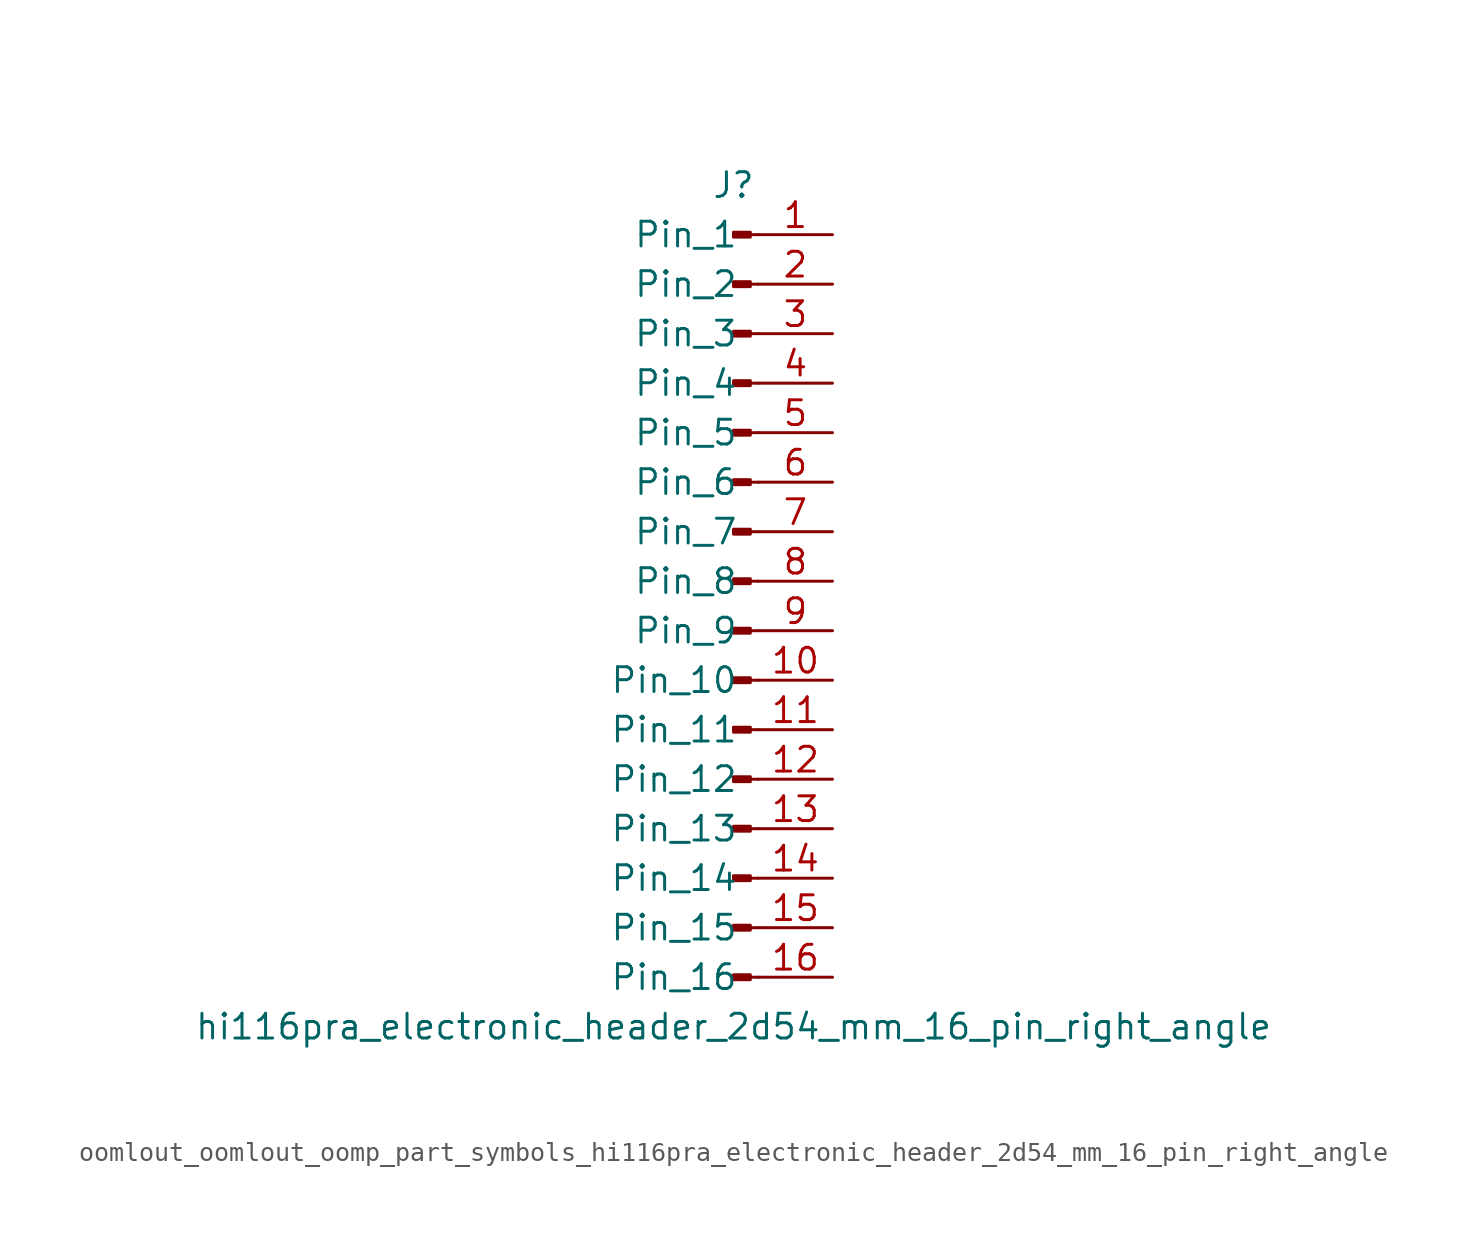
<source format=kicad_sym>
(kicad_symbol_lib
  (version 20220914)
  (generator kicad_symbol_editor)
  (symbol "oomlout_oomlout_oomp_part_symbols_hi116pra_electronic_header_2d54_mm_16_pin_right_angle"
    (pin_names
      (offset 1.016))
    (property "Reference" "J"
      (at 0 20.32 0)
      (effects (font (size 1.27 1.27))))
    (property "Value" "hi116pra_electronic_header_2d54_mm_16_pin_right_angle"
      (at 0 -22.86 0)
      (effects (font (size 1.27 1.27))))
    (property "ki_locked" ""
      (at 0 0 0)
      (effects (font (size 1.27 1.27))))
    (symbol "oomlout_oomlout_oomp_part_symbols_hi116pra_electronic_header_2d54_mm_16_pin_right_angle_1_1"
      (polyline (pts (xy 1.27 -20.32) (xy 0.864 -20.32)) (stroke (width 0.152) (type default)) (fill (type none)))
      (polyline (pts (xy 1.27 -17.78) (xy 0.864 -17.78)) (stroke (width 0.152) (type default)) (fill (type none)))
      (polyline (pts (xy 1.27 -15.24) (xy 0.864 -15.24)) (stroke (width 0.152) (type default)) (fill (type none)))
      (polyline (pts (xy 1.27 -12.7) (xy 0.864 -12.7)) (stroke (width 0.152) (type default)) (fill (type none)))
      (polyline (pts (xy 1.27 -10.16) (xy 0.864 -10.16)) (stroke (width 0.152) (type default)) (fill (type none)))
      (polyline (pts (xy 1.27 -7.62) (xy 0.864 -7.62)) (stroke (width 0.152) (type default)) (fill (type none)))
      (polyline (pts (xy 1.27 -5.08) (xy 0.864 -5.08)) (stroke (width 0.152) (type default)) (fill (type none)))
      (polyline (pts (xy 1.27 -2.54) (xy 0.864 -2.54)) (stroke (width 0.152) (type default)) (fill (type none)))
      (polyline (pts (xy 1.27 0) (xy 0.864 0)) (stroke (width 0.152) (type default)) (fill (type none)))
      (polyline (pts (xy 1.27 2.54) (xy 0.864 2.54)) (stroke (width 0.152) (type default)) (fill (type none)))
      (polyline (pts (xy 1.27 5.08) (xy 0.864 5.08)) (stroke (width 0.152) (type default)) (fill (type none)))
      (polyline (pts (xy 1.27 7.62) (xy 0.864 7.62)) (stroke (width 0.152) (type default)) (fill (type none)))
      (polyline (pts (xy 1.27 10.16) (xy 0.864 10.16)) (stroke (width 0.152) (type default)) (fill (type none)))
      (polyline (pts (xy 1.27 12.7) (xy 0.864 12.7)) (stroke (width 0.152) (type default)) (fill (type none)))
      (polyline (pts (xy 1.27 15.24) (xy 0.864 15.24)) (stroke (width 0.152) (type default)) (fill (type none)))
      (polyline (pts (xy 1.27 17.78) (xy 0.864 17.78)) (stroke (width 0.152) (type default)) (fill (type none)))
      (rectangle (start 0.864 -20.193) (end 0 -20.447) (stroke (width 0.152) (type default)) (fill (type outline)))
      (rectangle (start 0.864 -17.653) (end 0 -17.907) (stroke (width 0.152) (type default)) (fill (type outline)))
      (rectangle (start 0.864 -15.113) (end 0 -15.367) (stroke (width 0.152) (type default)) (fill (type outline)))
      (rectangle (start 0.864 -12.573) (end 0 -12.827) (stroke (width 0.152) (type default)) (fill (type outline)))
      (rectangle (start 0.864 -10.033) (end 0 -10.287) (stroke (width 0.152) (type default)) (fill (type outline)))
      (rectangle (start 0.864 -7.493) (end 0 -7.747) (stroke (width 0.152) (type default)) (fill (type outline)))
      (rectangle (start 0.864 -4.953) (end 0 -5.207) (stroke (width 0.152) (type default)) (fill (type outline)))
      (rectangle (start 0.864 -2.413) (end 0 -2.667) (stroke (width 0.152) (type default)) (fill (type outline)))
      (rectangle (start 0.864 0.127) (end 0 -0.127) (stroke (width 0.152) (type default)) (fill (type outline)))
      (rectangle (start 0.864 2.667) (end 0 2.413) (stroke (width 0.152) (type default)) (fill (type outline)))
      (rectangle (start 0.864 5.207) (end 0 4.953) (stroke (width 0.152) (type default)) (fill (type outline)))
      (rectangle (start 0.864 7.747) (end 0 7.493) (stroke (width 0.152) (type default)) (fill (type outline)))
      (rectangle (start 0.864 10.287) (end 0 10.033) (stroke (width 0.152) (type default)) (fill (type outline)))
      (rectangle (start 0.864 12.827) (end 0 12.573) (stroke (width 0.152) (type default)) (fill (type outline)))
      (rectangle (start 0.864 15.367) (end 0 15.113) (stroke (width 0.152) (type default)) (fill (type outline)))
      (rectangle (start 0.864 17.907) (end 0 17.653) (stroke (width 0.152) (type default)) (fill (type outline)))
      (pin passive line (at 5.08 17.78 180) (length 3.81) (name "Pin_1" (effects (font (size 1.27 1.27)))) (number "1" (effects (font (size 1.27 1.27)))))
      (pin passive line (at 5.08 -5.08 180) (length 3.81) (name "Pin_10" (effects (font (size 1.27 1.27)))) (number "10" (effects (font (size 1.27 1.27)))))
      (pin passive line (at 5.08 -7.62 180) (length 3.81) (name "Pin_11" (effects (font (size 1.27 1.27)))) (number "11" (effects (font (size 1.27 1.27)))))
      (pin passive line (at 5.08 -10.16 180) (length 3.81) (name "Pin_12" (effects (font (size 1.27 1.27)))) (number "12" (effects (font (size 1.27 1.27)))))
      (pin passive line (at 5.08 -12.7 180) (length 3.81) (name "Pin_13" (effects (font (size 1.27 1.27)))) (number "13" (effects (font (size 1.27 1.27)))))
      (pin passive line (at 5.08 -15.24 180) (length 3.81) (name "Pin_14" (effects (font (size 1.27 1.27)))) (number "14" (effects (font (size 1.27 1.27)))))
      (pin passive line (at 5.08 -17.78 180) (length 3.81) (name "Pin_15" (effects (font (size 1.27 1.27)))) (number "15" (effects (font (size 1.27 1.27)))))
      (pin passive line (at 5.08 -20.32 180) (length 3.81) (name "Pin_16" (effects (font (size 1.27 1.27)))) (number "16" (effects (font (size 1.27 1.27)))))
      (pin passive line (at 5.08 15.24 180) (length 3.81) (name "Pin_2" (effects (font (size 1.27 1.27)))) (number "2" (effects (font (size 1.27 1.27)))))
      (pin passive line (at 5.08 12.7 180) (length 3.81) (name "Pin_3" (effects (font (size 1.27 1.27)))) (number "3" (effects (font (size 1.27 1.27)))))
      (pin passive line (at 5.08 10.16 180) (length 3.81) (name "Pin_4" (effects (font (size 1.27 1.27)))) (number "4" (effects (font (size 1.27 1.27)))))
      (pin passive line (at 5.08 7.62 180) (length 3.81) (name "Pin_5" (effects (font (size 1.27 1.27)))) (number "5" (effects (font (size 1.27 1.27)))))
      (pin passive line (at 5.08 5.08 180) (length 3.81) (name "Pin_6" (effects (font (size 1.27 1.27)))) (number "6" (effects (font (size 1.27 1.27)))))
      (pin passive line (at 5.08 2.54 180) (length 3.81) (name "Pin_7" (effects (font (size 1.27 1.27)))) (number "7" (effects (font (size 1.27 1.27)))))
      (pin passive line (at 5.08 0 180) (length 3.81) (name "Pin_8" (effects (font (size 1.27 1.27)))) (number "8" (effects (font (size 1.27 1.27)))))
      (pin passive line (at 5.08 -2.54 180) (length 3.81) (name "Pin_9" (effects (font (size 1.27 1.27)))) (number "9" (effects (font (size 1.27 1.27))))))))
</source>
